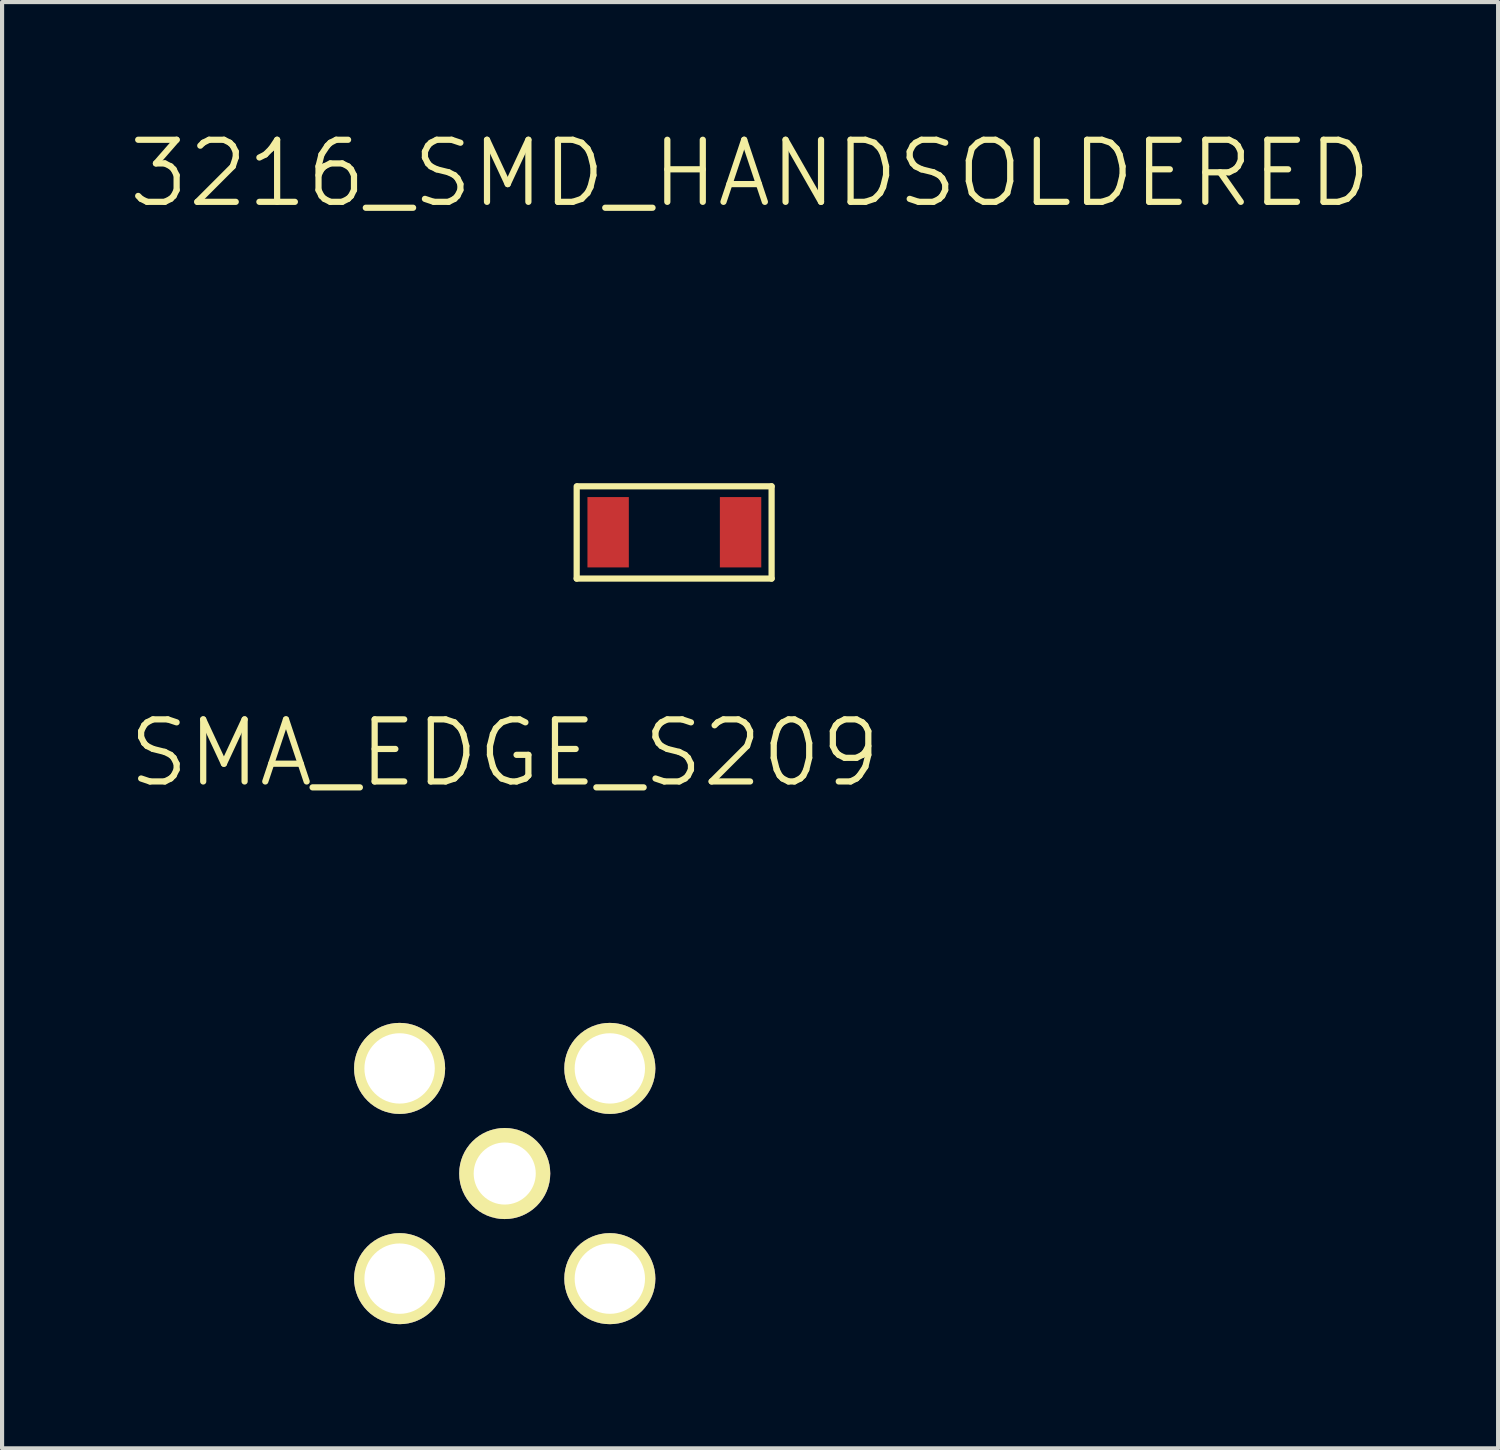
<source format=kicad_pcb>
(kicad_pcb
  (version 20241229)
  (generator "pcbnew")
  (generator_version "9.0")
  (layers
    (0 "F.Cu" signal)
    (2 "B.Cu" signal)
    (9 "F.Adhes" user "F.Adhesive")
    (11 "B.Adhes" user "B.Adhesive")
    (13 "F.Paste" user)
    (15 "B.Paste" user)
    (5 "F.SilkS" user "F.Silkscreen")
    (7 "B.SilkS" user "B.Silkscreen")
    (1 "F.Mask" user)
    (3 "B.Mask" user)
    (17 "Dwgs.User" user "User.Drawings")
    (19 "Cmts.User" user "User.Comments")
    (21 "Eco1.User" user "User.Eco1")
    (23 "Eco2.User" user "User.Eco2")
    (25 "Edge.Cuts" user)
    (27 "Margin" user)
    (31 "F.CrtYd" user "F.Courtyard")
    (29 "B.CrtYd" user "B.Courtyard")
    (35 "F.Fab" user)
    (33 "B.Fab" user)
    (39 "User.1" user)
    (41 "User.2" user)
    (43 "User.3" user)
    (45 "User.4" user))
  (footprint "3216_SMD_HANDSOLDERED"
    (layer "F.Cu")
    (at 14.845 9.811)
    (property "Reference" "3216_SMD_HANDSOLDERED" (at 0.23 -8.67 0) (layer "F.SilkS") (effects (font (size 1.5 1.5) (thickness 0.15))))
    (attr through_hole)
    (fp_line (start -3.96 1.12) (end -3.96 -1.11) (stroke (width 0.15) (type solid)) (layer "F.SilkS"))
    (fp_line (start -3.94 -1.11) (end 0.75 -1.11) (stroke (width 0.15) (type solid)) (layer "F.SilkS"))
    (fp_line (start 0.75 -1.11) (end 0.75 1.12) (stroke (width 0.15) (type solid)) (layer "F.SilkS"))
    (fp_line (start 0.75 1.12) (end -3.96 1.12) (stroke (width 0.15) (type solid)) (layer "F.SilkS"))
    (pad "1" smd rect (at 0 0) (size 1 1.7) (layers "F.Cu" "F.Mask" "F.Paste"))
    (pad "2" smd rect (at -3.2 0) (size 1 1.7) (layers "F.Cu" "F.Mask" "F.Paste")))
  (footprint "SMA_EDGE_S209"
    (layer "F.Cu")
    (at 9.146 25.337)
    (property "Reference" "SMA_EDGE_S209" (at 0 -10.19 0) (layer "F.SilkS") (effects (font (size 1.5 1.5) (thickness 0.15))))
    (attr through_hole)
    (pad "1" thru_hole circle (at 0 -0.03) (size 2.2 2.2) (drill 1.5) (layers "*.Cu" "*.Mask" "F.SilkS"))
    (pad "2" thru_hole circle (at -2.54 -2.57) (size 2.2 2.2) (drill 1.7) (layers "*.Cu" "*.Mask" "F.SilkS"))
    (pad "3" thru_hole circle (at 2.54 2.51) (size 2.2 2.2) (drill 1.7) (layers "*.Cu" "*.Mask" "F.SilkS"))
    (pad "4" thru_hole circle (at 2.54 -2.57) (size 2.2 2.2) (drill 1.7) (layers "*.Cu" "*.Mask" "F.SilkS"))
    (pad "5" thru_hole circle (at -2.54 2.51) (size 2.2 2.2) (drill 1.7) (layers "*.Cu" "*.Mask" "F.SilkS")))
  (gr_rect
    (start -3 -3)
    (end 33.15 31.947)
    (stroke (width 0.1) (type default))
    (fill no)
    (layer "Edge.Cuts")))
</source>
